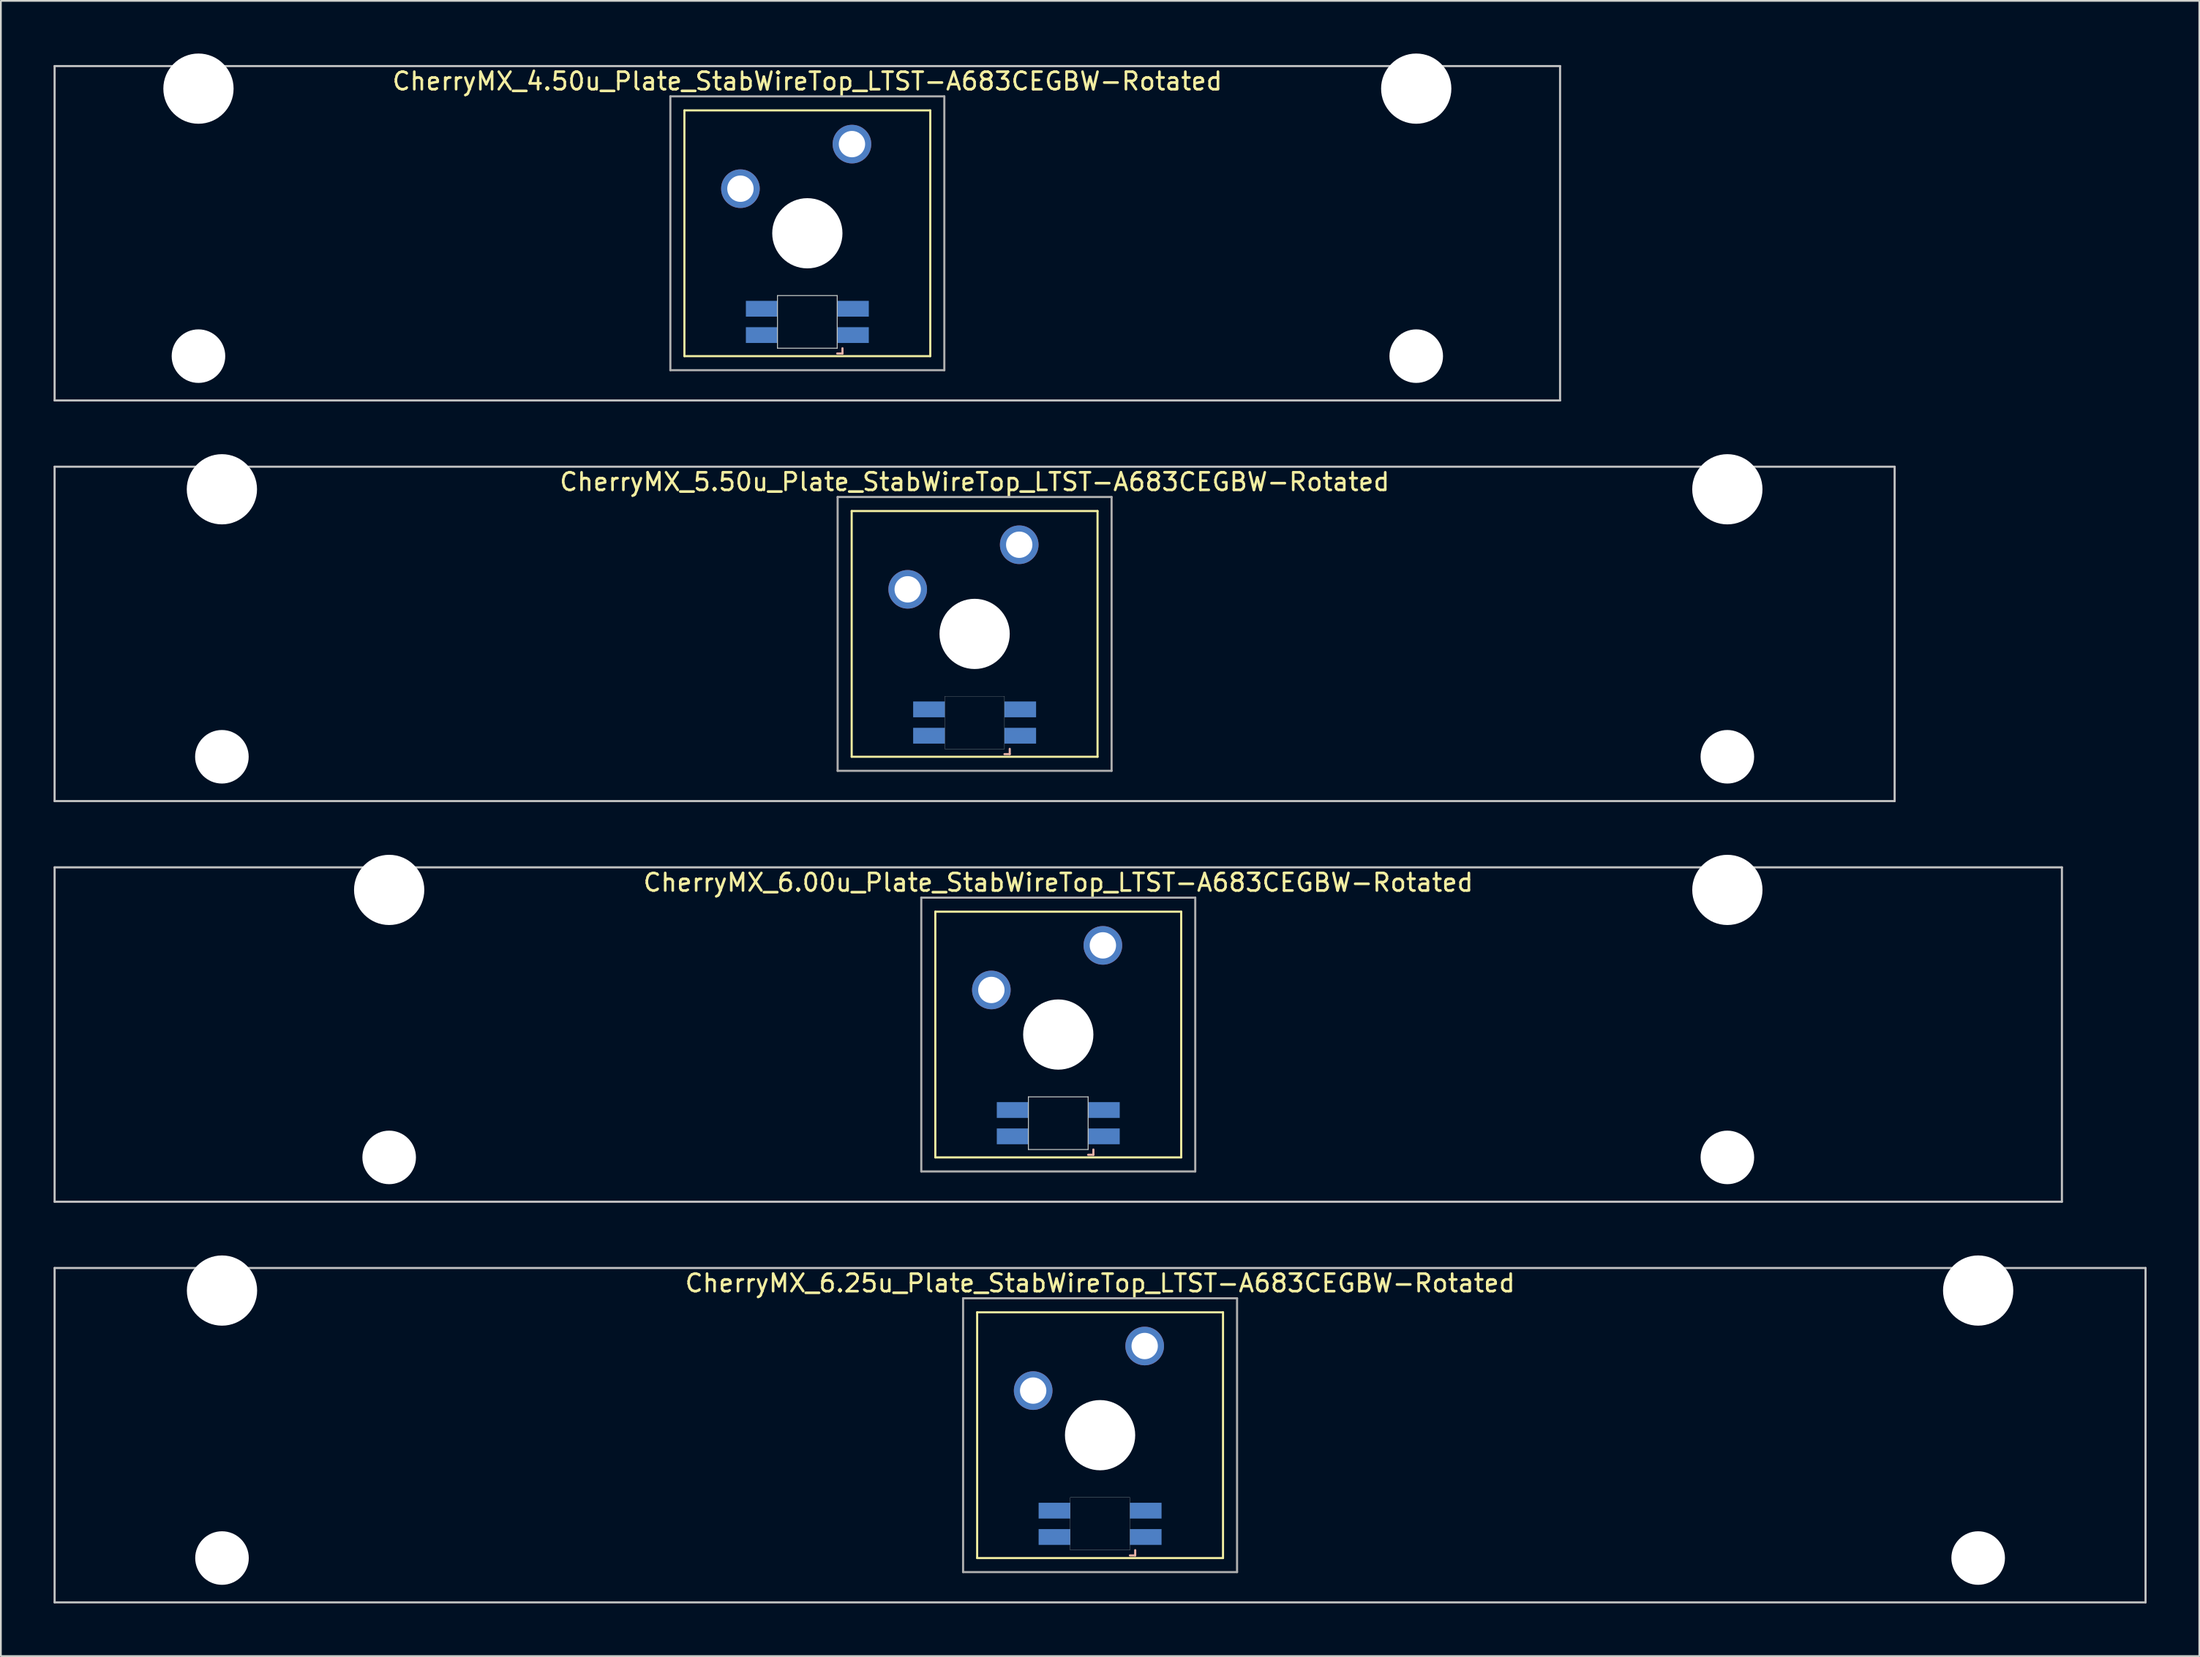
<source format=kicad_pcb>
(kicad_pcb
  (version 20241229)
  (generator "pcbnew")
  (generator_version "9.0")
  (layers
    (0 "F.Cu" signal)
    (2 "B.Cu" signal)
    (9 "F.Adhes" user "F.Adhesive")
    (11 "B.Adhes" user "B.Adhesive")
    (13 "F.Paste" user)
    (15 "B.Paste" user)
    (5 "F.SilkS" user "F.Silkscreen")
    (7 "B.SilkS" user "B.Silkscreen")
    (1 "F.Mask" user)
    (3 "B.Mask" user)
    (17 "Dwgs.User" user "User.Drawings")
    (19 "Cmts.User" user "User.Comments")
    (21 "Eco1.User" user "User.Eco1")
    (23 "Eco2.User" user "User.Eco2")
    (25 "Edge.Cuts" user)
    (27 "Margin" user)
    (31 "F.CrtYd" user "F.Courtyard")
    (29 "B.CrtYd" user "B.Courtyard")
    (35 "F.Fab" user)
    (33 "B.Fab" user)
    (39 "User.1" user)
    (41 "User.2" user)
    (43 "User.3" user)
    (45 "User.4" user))
  (footprint "CherryMX_6.00u_Plate_StabWireTop_LTST-A683CEGBW-Rotated"
    (layer "F.Cu")
    (at 57.21 55.89)
    (property "Reference" "CherryMX_6.00u_Plate_StabWireTop_LTST-A683CEGBW-Rotated" (at 0 -8.662 0) (layer "F.SilkS") (effects (font (size 1 1) (thickness 0.15))))
    (attr through_hole)
    (fp_line (start -7 -7) (end -7 7) (stroke (width 0.12) (type solid)) (layer "F.SilkS"))
    (fp_line (start -7 -7) (end 7 -7) (stroke (width 0.12) (type solid)) (layer "F.SilkS"))
    (fp_line (start 7 -7) (end 7 7) (stroke (width 0.12) (type solid)) (layer "F.SilkS"))
    (fp_line (start 7 7) (end -7 7) (stroke (width 0.12) (type solid)) (layer "F.SilkS"))
    (fp_line (start 1.7 6.85) (end 2 6.85) (stroke (width 0.12) (type solid)) (layer "B.SilkS"))
    (fp_line (start 2 6.85) (end 2 6.55) (stroke (width 0.12) (type solid)) (layer "B.SilkS"))
    (fp_line (start -57.15 -9.525) (end 57.15 -9.525) (stroke (width 0.12) (type solid)) (layer "Dwgs.User"))
    (fp_line (start -57.15 9.525) (end -57.15 -9.525) (stroke (width 0.12) (type solid)) (layer "Dwgs.User"))
    (fp_line (start 57.15 -9.525) (end 57.15 9.525) (stroke (width 0.12) (type solid)) (layer "Dwgs.User"))
    (fp_line (start 57.15 9.525) (end -57.15 9.525) (stroke (width 0.12) (type solid)) (layer "Dwgs.User"))
    (fp_line (start -1.7 3.55) (end 1.7 3.55) (stroke (width 0.05) (type solid)) (layer "Edge.Cuts"))
    (fp_line (start -1.7 6.55) (end -1.7 3.55) (stroke (width 0.05) (type solid)) (layer "Edge.Cuts"))
    (fp_line (start 1.7 3.55) (end 1.7 6.55) (stroke (width 0.05) (type solid)) (layer "Edge.Cuts"))
    (fp_line (start 1.7 6.55) (end -1.7 6.55) (stroke (width 0.05) (type solid)) (layer "Edge.Cuts"))
    (fp_line (start -7.8 -7.8) (end -7.8 7.8) (stroke (width 0.12) (type solid)) (layer "F.Fab"))
    (fp_line (start -7.8 -7.8) (end 7.8 -7.8) (stroke (width 0.12) (type solid)) (layer "F.Fab"))
    (fp_line (start -7.8 7.8) (end 7.8 7.8) (stroke (width 0.12) (type solid)) (layer "F.Fab"))
    (fp_line (start 7.8 -7.8) (end 7.8 7.8) (stroke (width 0.12) (type solid)) (layer "F.Fab"))
    (pad "" np_thru_hole circle (at -38.1 -8.24) (size 4 4) (drill 4) (layers "*.Cu" "*.Mask"))
    (pad "" np_thru_hole circle (at -38.1 7) (size 3.05 3.05) (drill 3.05) (layers "*.Cu" "*.Mask"))
    (pad "" np_thru_hole circle (at 0 0) (size 4 4) (drill 4) (layers "*.Cu" "*.Mask"))
    (pad "" np_thru_hole circle (at 38.1 -8.24) (size 4 4) (drill 4) (layers "*.Cu" "*.Mask"))
    (pad "" np_thru_hole circle (at 38.1 7) (size 3.05 3.05) (drill 3.05) (layers "*.Cu" "*.Mask"))
    (pad "1" thru_hole circle (at -3.81 -2.54) (size 2.2 2.2) (drill 1.5) (layers "*.Cu" "*.Mask"))
    (pad "2" thru_hole circle (at 2.54 -5.08) (size 2.2 2.2) (drill 1.5) (layers "*.Cu" "*.Mask"))
    (pad "3" smd rect (at 2.6 5.8 180) (size 1.8 0.9) (layers "B.Cu" "B.Mask" "B.Paste"))
    (pad "4" smd rect (at 2.6 4.3 180) (size 1.8 0.9) (layers "B.Cu" "B.Mask" "B.Paste"))
    (pad "5" smd rect (at -2.6 5.8 180) (size 1.8 0.9) (layers "B.Cu" "B.Mask" "B.Paste"))
    (pad "6" smd rect (at -2.6 4.3 180) (size 1.8 0.9) (layers "B.Cu" "B.Mask" "B.Paste")))
  (footprint "CherryMX_5.50u_Plate_StabWireTop_LTST-A683CEGBW-Rotated"
    (layer "F.Cu")
    (at 52.447 33.065)
    (property "Reference" "CherryMX_5.50u_Plate_StabWireTop_LTST-A683CEGBW-Rotated" (at 0 -8.662 0) (layer "F.SilkS") (effects (font (size 1 1) (thickness 0.15))))
    (attr through_hole)
    (fp_line (start -7 -7) (end -7 7) (stroke (width 0.12) (type solid)) (layer "F.SilkS"))
    (fp_line (start -7 -7) (end 7 -7) (stroke (width 0.12) (type solid)) (layer "F.SilkS"))
    (fp_line (start 7 -7) (end 7 7) (stroke (width 0.12) (type solid)) (layer "F.SilkS"))
    (fp_line (start 7 7) (end -7 7) (stroke (width 0.12) (type solid)) (layer "F.SilkS"))
    (fp_line (start 1.7 6.85) (end 2 6.85) (stroke (width 0.12) (type solid)) (layer "B.SilkS"))
    (fp_line (start 2 6.85) (end 2 6.55) (stroke (width 0.12) (type solid)) (layer "B.SilkS"))
    (fp_line (start -52.388 -9.525) (end 52.388 -9.525) (stroke (width 0.12) (type solid)) (layer "Dwgs.User"))
    (fp_line (start -52.388 9.525) (end -52.388 -9.525) (stroke (width 0.12) (type solid)) (layer "Dwgs.User"))
    (fp_line (start 52.388 -9.525) (end 52.388 9.525) (stroke (width 0.12) (type solid)) (layer "Dwgs.User"))
    (fp_line (start 52.388 9.525) (end -52.388 9.525) (stroke (width 0.12) (type solid)) (layer "Dwgs.User"))
    (fp_poly (pts (xy -1.7 3.55) (xy 1.7 3.55) (xy 1.7 6.55) (xy -1.7 6.55)) (stroke (width 0.01) (type solid)) (fill no) (layer "Edge.Cuts"))
    (fp_line (start -7.8 -7.8) (end -7.8 7.8) (stroke (width 0.12) (type solid)) (layer "F.Fab"))
    (fp_line (start -7.8 -7.8) (end 7.8 -7.8) (stroke (width 0.12) (type solid)) (layer "F.Fab"))
    (fp_line (start -7.8 7.8) (end 7.8 7.8) (stroke (width 0.12) (type solid)) (layer "F.Fab"))
    (fp_line (start 7.8 -7.8) (end 7.8 7.8) (stroke (width 0.12) (type solid)) (layer "F.Fab"))
    (pad "" np_thru_hole circle (at -42.862 -8.24) (size 4 4) (drill 4) (layers "*.Cu" "*.Mask"))
    (pad "" np_thru_hole circle (at -42.862 7) (size 3.05 3.05) (drill 3.05) (layers "*.Cu" "*.Mask"))
    (pad "" np_thru_hole circle (at 0 0) (size 4 4) (drill 4) (layers "*.Cu" "*.Mask"))
    (pad "" np_thru_hole circle (at 42.862 -8.24) (size 4 4) (drill 4) (layers "*.Cu" "*.Mask"))
    (pad "" np_thru_hole circle (at 42.862 7) (size 3.05 3.05) (drill 3.05) (layers "*.Cu" "*.Mask"))
    (pad "1" thru_hole circle (at -3.81 -2.54) (size 2.2 2.2) (drill 1.5) (layers "*.Cu" "*.Mask"))
    (pad "2" thru_hole circle (at 2.54 -5.08) (size 2.2 2.2) (drill 1.5) (layers "*.Cu" "*.Mask"))
    (pad "3" smd rect (at 2.6 5.8 180) (size 1.8 0.9) (layers "B.Cu" "B.Mask" "B.Paste"))
    (pad "4" smd rect (at 2.6 4.3 180) (size 1.8 0.9) (layers "B.Cu" "B.Mask" "B.Paste"))
    (pad "5" smd rect (at -2.6 5.8 180) (size 1.8 0.9) (layers "B.Cu" "B.Mask" "B.Paste"))
    (pad "6" smd rect (at -2.6 4.3 180) (size 1.8 0.9) (layers "B.Cu" "B.Mask" "B.Paste")))
  (footprint "CherryMX_6.25u_Plate_StabWireTop_LTST-A683CEGBW-Rotated"
    (layer "F.Cu")
    (at 59.591 78.715)
    (property "Reference" "CherryMX_6.25u_Plate_StabWireTop_LTST-A683CEGBW-Rotated" (at 0 -8.662 0) (layer "F.SilkS") (effects (font (size 1 1) (thickness 0.15))))
    (attr through_hole)
    (fp_line (start -7 -7) (end -7 7) (stroke (width 0.12) (type solid)) (layer "F.SilkS"))
    (fp_line (start -7 -7) (end 7 -7) (stroke (width 0.12) (type solid)) (layer "F.SilkS"))
    (fp_line (start 7 -7) (end 7 7) (stroke (width 0.12) (type solid)) (layer "F.SilkS"))
    (fp_line (start 7 7) (end -7 7) (stroke (width 0.12) (type solid)) (layer "F.SilkS"))
    (fp_line (start 1.7 6.85) (end 2 6.85) (stroke (width 0.12) (type solid)) (layer "B.SilkS"))
    (fp_line (start 2 6.85) (end 2 6.55) (stroke (width 0.12) (type solid)) (layer "B.SilkS"))
    (fp_line (start -59.531 -9.525) (end 59.531 -9.525) (stroke (width 0.12) (type solid)) (layer "Dwgs.User"))
    (fp_line (start -59.531 9.525) (end -59.531 -9.525) (stroke (width 0.12) (type solid)) (layer "Dwgs.User"))
    (fp_line (start 59.531 -9.525) (end 59.531 9.525) (stroke (width 0.12) (type solid)) (layer "Dwgs.User"))
    (fp_line (start 59.531 9.525) (end -59.531 9.525) (stroke (width 0.12) (type solid)) (layer "Dwgs.User"))
    (fp_poly (pts (xy -1.7 3.55) (xy 1.7 3.55) (xy 1.7 6.55) (xy -1.7 6.55)) (stroke (width 0.01) (type solid)) (fill no) (layer "Edge.Cuts"))
    (fp_line (start -7.8 -7.8) (end -7.8 7.8) (stroke (width 0.12) (type solid)) (layer "F.Fab"))
    (fp_line (start -7.8 -7.8) (end 7.8 -7.8) (stroke (width 0.12) (type solid)) (layer "F.Fab"))
    (fp_line (start -7.8 7.8) (end 7.8 7.8) (stroke (width 0.12) (type solid)) (layer "F.Fab"))
    (fp_line (start 7.8 -7.8) (end 7.8 7.8) (stroke (width 0.12) (type solid)) (layer "F.Fab"))
    (pad "" np_thru_hole circle (at -50 -8.24) (size 4 4) (drill 4) (layers "*.Cu" "*.Mask"))
    (pad "" np_thru_hole circle (at -50 7) (size 3.05 3.05) (drill 3.05) (layers "*.Cu" "*.Mask"))
    (pad "" np_thru_hole circle (at 0 0) (size 4 4) (drill 4) (layers "*.Cu" "*.Mask"))
    (pad "" np_thru_hole circle (at 50 -8.24) (size 4 4) (drill 4) (layers "*.Cu" "*.Mask"))
    (pad "" np_thru_hole circle (at 50 7) (size 3.05 3.05) (drill 3.05) (layers "*.Cu" "*.Mask"))
    (pad "1" thru_hole circle (at -3.81 -2.54) (size 2.2 2.2) (drill 1.5) (layers "*.Cu" "*.Mask"))
    (pad "2" thru_hole circle (at 2.54 -5.08) (size 2.2 2.2) (drill 1.5) (layers "*.Cu" "*.Mask"))
    (pad "3" smd rect (at 2.6 5.8 180) (size 1.8 0.9) (layers "B.Cu" "B.Mask" "B.Paste"))
    (pad "4" smd rect (at 2.6 4.3 180) (size 1.8 0.9) (layers "B.Cu" "B.Mask" "B.Paste"))
    (pad "5" smd rect (at -2.6 5.8 180) (size 1.8 0.9) (layers "B.Cu" "B.Mask" "B.Paste"))
    (pad "6" smd rect (at -2.6 4.3 180) (size 1.8 0.9) (layers "B.Cu" "B.Mask" "B.Paste")))
  (footprint "CherryMX_4.50u_Plate_StabWireTop_LTST-A683CEGBW-Rotated"
    (layer "F.Cu")
    (at 42.922 10.24)
    (property "Reference" "CherryMX_4.50u_Plate_StabWireTop_LTST-A683CEGBW-Rotated" (at 0 -8.662 0) (layer "F.SilkS") (effects (font (size 1 1) (thickness 0.15))))
    (attr through_hole)
    (fp_line (start -7 -7) (end -7 7) (stroke (width 0.12) (type solid)) (layer "F.SilkS"))
    (fp_line (start -7 -7) (end 7 -7) (stroke (width 0.12) (type solid)) (layer "F.SilkS"))
    (fp_line (start 7 -7) (end 7 7) (stroke (width 0.12) (type solid)) (layer "F.SilkS"))
    (fp_line (start 7 7) (end -7 7) (stroke (width 0.12) (type solid)) (layer "F.SilkS"))
    (fp_line (start 1.7 6.85) (end 2 6.85) (stroke (width 0.12) (type solid)) (layer "B.SilkS"))
    (fp_line (start 2 6.85) (end 2 6.55) (stroke (width 0.12) (type solid)) (layer "B.SilkS"))
    (fp_line (start -42.862 -9.525) (end 42.862 -9.525) (stroke (width 0.12) (type solid)) (layer "Dwgs.User"))
    (fp_line (start -42.862 9.525) (end -42.862 -9.525) (stroke (width 0.12) (type solid)) (layer "Dwgs.User"))
    (fp_line (start 42.862 -9.525) (end 42.862 9.525) (stroke (width 0.12) (type solid)) (layer "Dwgs.User"))
    (fp_line (start 42.862 9.525) (end -42.862 9.525) (stroke (width 0.12) (type solid)) (layer "Dwgs.User"))
    (fp_line (start -1.7 3.55) (end 1.7 3.55) (stroke (width 0.05) (type solid)) (layer "Edge.Cuts"))
    (fp_line (start -1.7 6.55) (end -1.7 3.55) (stroke (width 0.05) (type solid)) (layer "Edge.Cuts"))
    (fp_line (start 1.7 3.55) (end 1.7 6.55) (stroke (width 0.05) (type solid)) (layer "Edge.Cuts"))
    (fp_line (start 1.7 6.55) (end -1.7 6.55) (stroke (width 0.05) (type solid)) (layer "Edge.Cuts"))
    (fp_line (start -7.8 -7.8) (end -7.8 7.8) (stroke (width 0.12) (type solid)) (layer "F.Fab"))
    (fp_line (start -7.8 -7.8) (end 7.8 -7.8) (stroke (width 0.12) (type solid)) (layer "F.Fab"))
    (fp_line (start -7.8 7.8) (end 7.8 7.8) (stroke (width 0.12) (type solid)) (layer "F.Fab"))
    (fp_line (start 7.8 -7.8) (end 7.8 7.8) (stroke (width 0.12) (type solid)) (layer "F.Fab"))
    (pad "" np_thru_hole circle (at -34.671 -8.24) (size 4 4) (drill 4) (layers "*.Cu" "*.Mask"))
    (pad "" np_thru_hole circle (at -34.671 7) (size 3.05 3.05) (drill 3.05) (layers "*.Cu" "*.Mask"))
    (pad "" np_thru_hole circle (at 0 0) (size 4 4) (drill 4) (layers "*.Cu" "*.Mask"))
    (pad "" np_thru_hole circle (at 34.671 -8.24) (size 4 4) (drill 4) (layers "*.Cu" "*.Mask"))
    (pad "" np_thru_hole circle (at 34.671 7) (size 3.05 3.05) (drill 3.05) (layers "*.Cu" "*.Mask"))
    (pad "1" thru_hole circle (at -3.81 -2.54) (size 2.2 2.2) (drill 1.5) (layers "*.Cu" "*.Mask"))
    (pad "2" thru_hole circle (at 2.54 -5.08) (size 2.2 2.2) (drill 1.5) (layers "*.Cu" "*.Mask"))
    (pad "3" smd rect (at 2.6 5.8) (size 1.8 0.9) (layers "B.Cu" "B.Mask" "B.Paste"))
    (pad "4" smd rect (at 2.6 4.3) (size 1.8 0.9) (layers "B.Cu" "B.Mask" "B.Paste"))
    (pad "5" smd rect (at -2.6 5.8) (size 1.8 0.9) (layers "B.Cu" "B.Mask" "B.Paste"))
    (pad "6" smd rect (at -2.6 4.3) (size 1.8 0.9) (layers "B.Cu" "B.Mask" "B.Paste")))
  (gr_rect
    (start -3 -3)
    (end 122.183 91.3)
    (stroke (width 0.1) (type default))
    (fill no)
    (layer "Edge.Cuts")))
</source>
